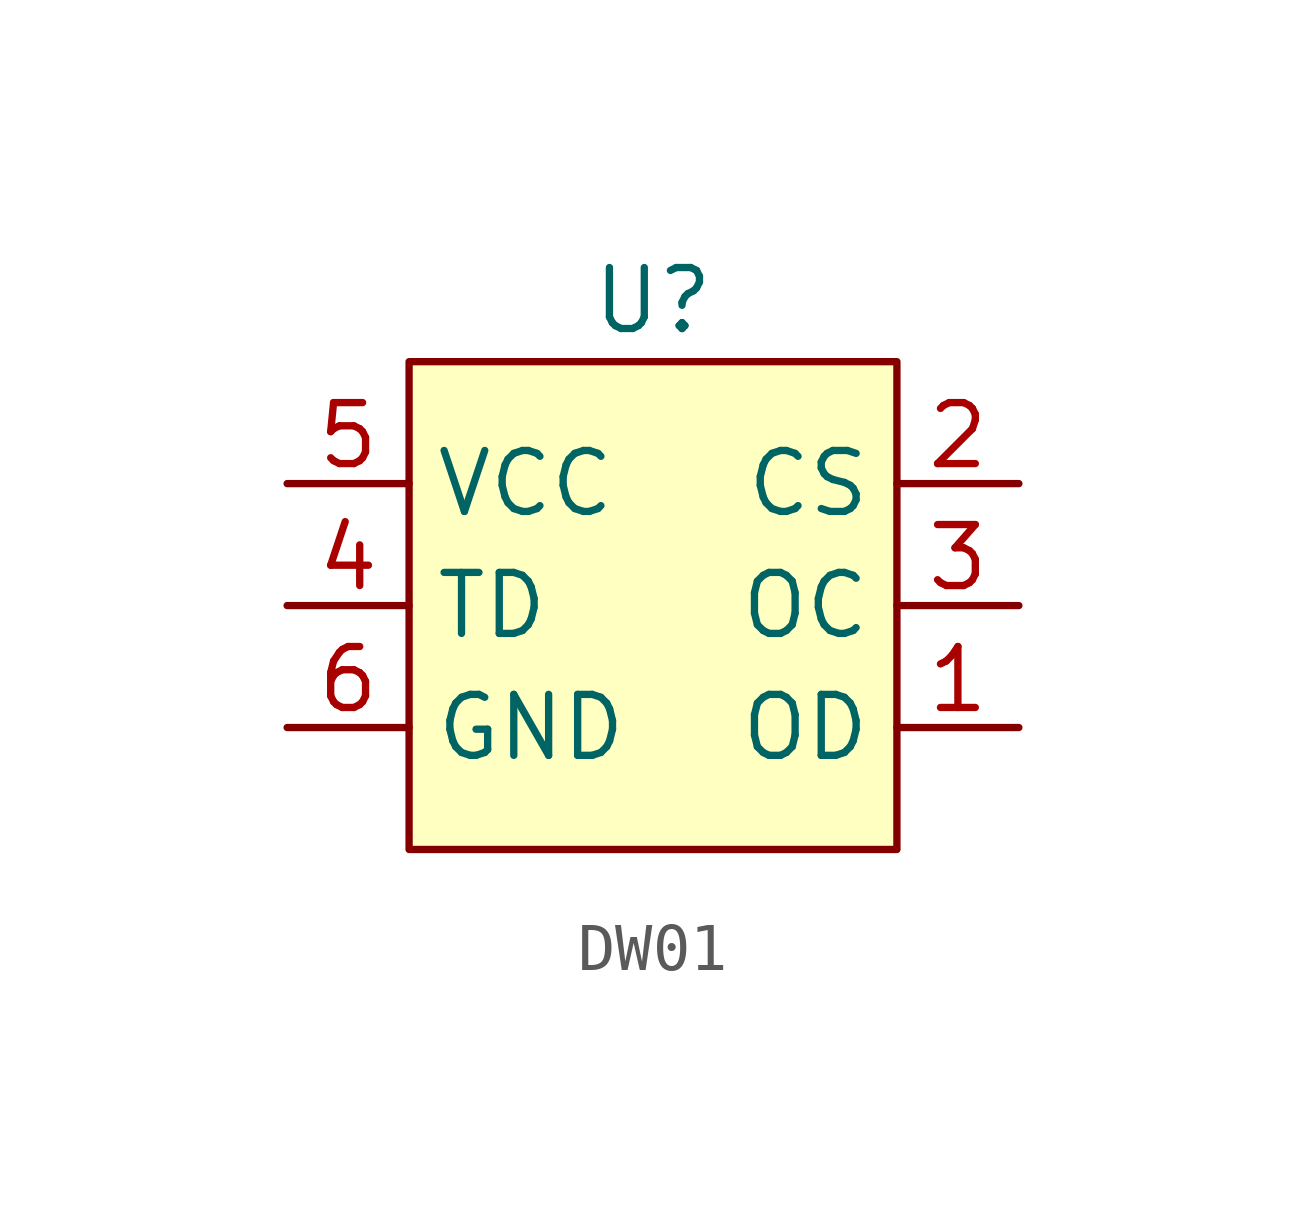
<source format=kicad_sym>
(kicad_symbol_lib
  (version 20220914)
  (generator kicad_symbol_editor)
  (symbol "DW01"
    (property "Reference" "U"
      (at 0 6.35 0)
      (effects (font (size 1.27 1.27))))
    (property "Value" ""
      (at -5.08 5.08 0)
      (effects (font (size 1.27 1.27))))
    (symbol "DW01_1_1"
      (rectangle (start -5.08 5.08) (end 5.08 -5.08) (stroke (width 0) (type default)) (fill (type background)))
      (pin output line (at 7.62 -2.54 180) (length 2.54) (name "OD" (effects (font (size 1.27 1.27)))) (number "1" (effects (font (size 1.27 1.27)))))
      (pin input line (at 7.62 2.54 180) (length 2.54) (name "CS" (effects (font (size 1.27 1.27)))) (number "2" (effects (font (size 1.27 1.27)))))
      (pin output line (at 7.62 0 180) (length 2.54) (name "OC" (effects (font (size 1.27 1.27)))) (number "3" (effects (font (size 1.27 1.27)))))
      (pin input line (at -7.62 0 0) (length 2.54) (name "TD" (effects (font (size 1.27 1.27)))) (number "4" (effects (font (size 1.27 1.27)))))
      (pin power_in line (at -7.62 2.54 0) (length 2.54) (name "VCC" (effects (font (size 1.27 1.27)))) (number "5" (effects (font (size 1.27 1.27)))))
      (pin power_in line (at -7.62 -2.54 0) (length 2.54) (name "GND" (effects (font (size 1.27 1.27)))) (number "6" (effects (font (size 1.27 1.27))))))))
</source>
